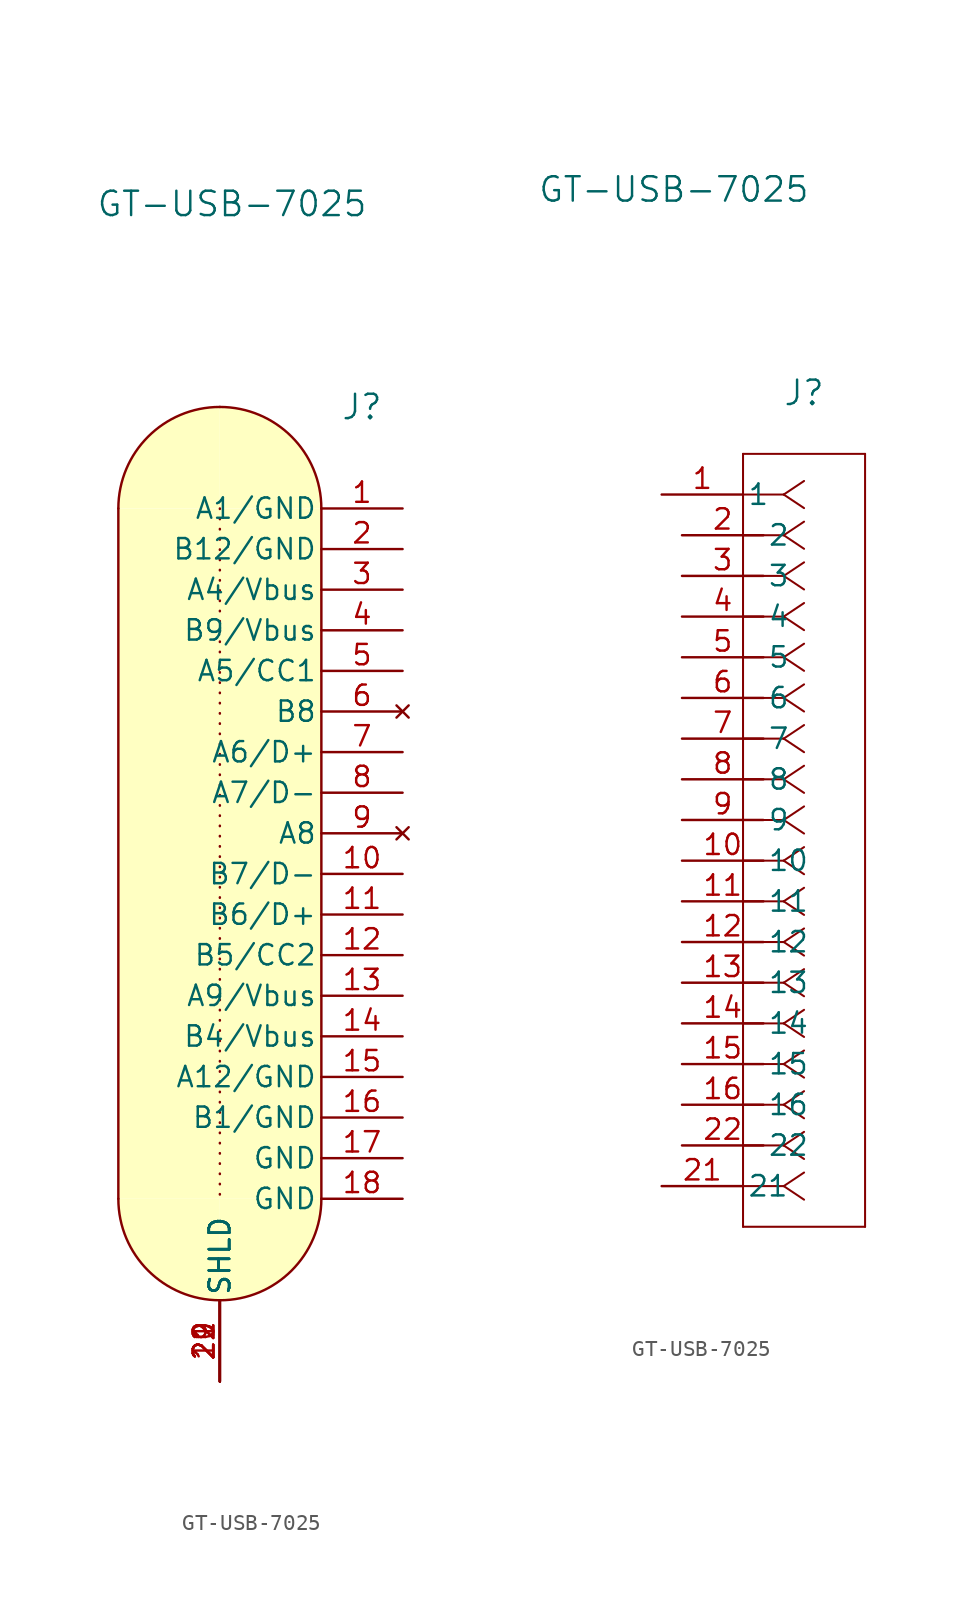
<source format=kicad_sym>
(kicad_symbol_lib
  (version 20241209)
  (generator "kicad_symbol_editor")
  (generator_version "9.0")
  (symbol "GT-USB-7025"
    (pin_names
      (offset 0.254))
    (property "Reference" "J"
      (at 8.89 6.35 0)
      (effects (font (size 1.524 1.524))))
    (property "Value" "GT-USB-7025"
      (at 0.762 19.05 0)
      (effects (font (size 1.524 1.524))))
    (property "ki_locked" ""
      (at 0 0 0)
      (effects (font (size 1.27 1.27))))
    (symbol "GT-USB-7025_1_1"
      (rectangle (start -6.35 0) (end 6.35 -43.18) (stroke (width -0.0001) (type solid)) (fill (type background)))
      (polyline (pts (xy -6.35 0) (xy -6.35 -43.18)) (stroke (width 0) (type solid)) (fill (type background)))
      (arc (start 0 -49.53) (mid -4.4902 -47.6702) (end -6.35 -43.18) (stroke (width 0) (type solid)) (fill (type background)))
      (polyline (pts (xy 0 0) (xy 0 -43.18)) (stroke (width 0) (type dot)) (fill (type none)))
      (arc (start -6.35 0) (mid -4.4901 4.4901) (end 0 6.35) (stroke (width 0) (type solid)) (fill (type background)))
      (arc (start 0 6.35) (mid 4.4902 4.4902) (end 6.35 0) (stroke (width 0) (type solid)) (fill (type background)))
      (arc (start 6.35 -43.18) (mid 4.4902 -47.6702) (end 0 -49.53) (stroke (width 0) (type solid)) (fill (type background)))
      (polyline (pts (xy 6.35 0) (xy 6.35 -43.18)) (stroke (width 0) (type default)) (fill (type none)))
      (pin unspecified line (at 0 -54.61 90) (length 5.08) (name "SHLD" (effects (font (size 1.27 1.27)))) (number "19" (effects (font (size 1.27 1.27)))))
      (pin unspecified line (at 0 -54.61 90) (length 5.08) (name "SHLD" (effects (font (size 1.27 1.27)))) (number "20" (effects (font (size 1.27 1.27)))))
      (pin unspecified line (at 0 -54.61 90) (length 5.08) (name "SHLD" (effects (font (size 1.27 1.27)))) (number "21" (effects (font (size 1.27 1.27)))))
      (pin unspecified line (at 0 -54.61 90) (length 5.08) (name "SHLD" (effects (font (size 1.27 1.27)))) (number "22" (effects (font (size 1.27 1.27)))))
      (pin unspecified line (at 0 -54.61 90) (length 5.08) (name "SHLD" (effects (font (size 1.27 1.27)))) (number "22" (effects (font (size 1.27 1.27)))))
      (pin unspecified line (at 11.43 0 180) (length 5.08) (name "A1/GND" (effects (font (size 1.27 1.27)))) (number "1" (effects (font (size 1.27 1.27)))))
      (pin unspecified line (at 11.43 -2.54 180) (length 5.08) (name "B12/GND" (effects (font (size 1.27 1.27)))) (number "2" (effects (font (size 1.27 1.27)))))
      (pin unspecified line (at 11.43 -5.08 180) (length 5.08) (name "A4/Vbus" (effects (font (size 1.27 1.27)))) (number "3" (effects (font (size 1.27 1.27)))))
      (pin unspecified line (at 11.43 -7.62 180) (length 5.08) (name "B9/Vbus" (effects (font (size 1.27 1.27)))) (number "4" (effects (font (size 1.27 1.27)))))
      (pin unspecified line (at 11.43 -10.16 180) (length 5.08) (name "A5/CC1" (effects (font (size 1.27 1.27)))) (number "5" (effects (font (size 1.27 1.27)))))
      (pin no_connect line (at 11.43 -12.7 180) (length 5.08) (name "B8" (effects (font (size 1.27 1.27)))) (number "6" (effects (font (size 1.27 1.27)))))
      (pin unspecified line (at 11.43 -15.24 180) (length 5.08) (name "A6/D+" (effects (font (size 1.27 1.27)))) (number "7" (effects (font (size 1.27 1.27)))))
      (pin unspecified line (at 11.43 -17.78 180) (length 5.08) (name "A7/D-" (effects (font (size 1.27 1.27)))) (number "8" (effects (font (size 1.27 1.27)))))
      (pin no_connect line (at 11.43 -20.32 180) (length 5.08) (name "A8" (effects (font (size 1.27 1.27)))) (number "9" (effects (font (size 1.27 1.27)))))
      (pin unspecified line (at 11.43 -22.86 180) (length 5.08) (name "B7/D-" (effects (font (size 1.27 1.27)))) (number "10" (effects (font (size 1.27 1.27)))))
      (pin unspecified line (at 11.43 -25.4 180) (length 5.08) (name "B6/D+" (effects (font (size 1.27 1.27)))) (number "11" (effects (font (size 1.27 1.27)))))
      (pin unspecified line (at 11.43 -27.94 180) (length 5.08) (name "B5/CC2" (effects (font (size 1.27 1.27)))) (number "12" (effects (font (size 1.27 1.27)))))
      (pin unspecified line (at 11.43 -30.48 180) (length 5.08) (name "A9/Vbus" (effects (font (size 1.27 1.27)))) (number "13" (effects (font (size 1.27 1.27)))))
      (pin unspecified line (at 11.43 -33.02 180) (length 5.08) (name "B4/Vbus" (effects (font (size 1.27 1.27)))) (number "14" (effects (font (size 1.27 1.27)))))
      (pin unspecified line (at 11.43 -35.56 180) (length 5.08) (name "A12/GND" (effects (font (size 1.27 1.27)))) (number "15" (effects (font (size 1.27 1.27)))))
      (pin unspecified line (at 11.43 -38.1 180) (length 5.08) (name "B1/GND" (effects (font (size 1.27 1.27)))) (number "16" (effects (font (size 1.27 1.27)))))
      (pin unspecified line (at 11.43 -40.64 180) (length 5.08) (name "GND" (effects (font (size 1.27 1.27)))) (number "17" (effects (font (size 1.27 1.27)))))
      (pin unspecified line (at 11.43 -43.18 180) (length 5.08) (name "GND" (effects (font (size 1.27 1.27)))) (number "18" (effects (font (size 1.27 1.27))))))
    (symbol "GT-USB-7025_1_2"
      (polyline (pts (xy 5.08 2.54) (xy 5.08 -45.72)) (stroke (width 0.127) (type default)) (fill (type none)))
      (polyline (pts (xy 5.08 -45.72) (xy 12.7 -45.72)) (stroke (width 0.127) (type default)) (fill (type none)))
      (polyline (pts (xy 7.62 0) (xy 5.08 0)) (stroke (width 0.127) (type default)) (fill (type none)))
      (polyline (pts (xy 7.62 0) (xy 8.89 0.847)) (stroke (width 0.127) (type default)) (fill (type none)))
      (polyline (pts (xy 7.62 0) (xy 8.89 -0.847)) (stroke (width 0.127) (type default)) (fill (type none)))
      (polyline (pts (xy 7.62 -2.54) (xy 5.08 -2.54)) (stroke (width 0.127) (type default)) (fill (type none)))
      (polyline (pts (xy 7.62 -2.54) (xy 8.89 -1.693)) (stroke (width 0.127) (type default)) (fill (type none)))
      (polyline (pts (xy 7.62 -2.54) (xy 8.89 -3.387)) (stroke (width 0.127) (type default)) (fill (type none)))
      (polyline (pts (xy 7.62 -5.08) (xy 5.08 -5.08)) (stroke (width 0.127) (type default)) (fill (type none)))
      (polyline (pts (xy 7.62 -5.08) (xy 8.89 -4.233)) (stroke (width 0.127) (type default)) (fill (type none)))
      (polyline (pts (xy 7.62 -5.08) (xy 8.89 -5.927)) (stroke (width 0.127) (type default)) (fill (type none)))
      (polyline (pts (xy 7.62 -7.62) (xy 5.08 -7.62)) (stroke (width 0.127) (type default)) (fill (type none)))
      (polyline (pts (xy 7.62 -7.62) (xy 8.89 -6.773)) (stroke (width 0.127) (type default)) (fill (type none)))
      (polyline (pts (xy 7.62 -7.62) (xy 8.89 -8.467)) (stroke (width 0.127) (type default)) (fill (type none)))
      (polyline (pts (xy 7.62 -10.16) (xy 5.08 -10.16)) (stroke (width 0.127) (type default)) (fill (type none)))
      (polyline (pts (xy 7.62 -10.16) (xy 8.89 -9.313)) (stroke (width 0.127) (type default)) (fill (type none)))
      (polyline (pts (xy 7.62 -10.16) (xy 8.89 -11.007)) (stroke (width 0.127) (type default)) (fill (type none)))
      (polyline (pts (xy 7.62 -12.7) (xy 5.08 -12.7)) (stroke (width 0.127) (type default)) (fill (type none)))
      (polyline (pts (xy 7.62 -12.7) (xy 8.89 -11.853)) (stroke (width 0.127) (type default)) (fill (type none)))
      (polyline (pts (xy 7.62 -12.7) (xy 8.89 -13.547)) (stroke (width 0.127) (type default)) (fill (type none)))
      (polyline (pts (xy 7.62 -15.24) (xy 5.08 -15.24)) (stroke (width 0.127) (type default)) (fill (type none)))
      (polyline (pts (xy 7.62 -15.24) (xy 8.89 -14.393)) (stroke (width 0.127) (type default)) (fill (type none)))
      (polyline (pts (xy 7.62 -15.24) (xy 8.89 -16.087)) (stroke (width 0.127) (type default)) (fill (type none)))
      (polyline (pts (xy 7.62 -17.78) (xy 5.08 -17.78)) (stroke (width 0.127) (type default)) (fill (type none)))
      (polyline (pts (xy 7.62 -17.78) (xy 8.89 -16.933)) (stroke (width 0.127) (type default)) (fill (type none)))
      (polyline (pts (xy 7.62 -17.78) (xy 8.89 -18.627)) (stroke (width 0.127) (type default)) (fill (type none)))
      (polyline (pts (xy 7.62 -20.32) (xy 5.08 -20.32)) (stroke (width 0.127) (type default)) (fill (type none)))
      (polyline (pts (xy 7.62 -20.32) (xy 8.89 -19.473)) (stroke (width 0.127) (type default)) (fill (type none)))
      (polyline (pts (xy 7.62 -20.32) (xy 8.89 -21.167)) (stroke (width 0.127) (type default)) (fill (type none)))
      (polyline (pts (xy 7.62 -22.86) (xy 5.08 -22.86)) (stroke (width 0.127) (type default)) (fill (type none)))
      (polyline (pts (xy 7.62 -22.86) (xy 8.89 -22.013)) (stroke (width 0.127) (type default)) (fill (type none)))
      (polyline (pts (xy 7.62 -22.86) (xy 8.89 -23.707)) (stroke (width 0.127) (type default)) (fill (type none)))
      (polyline (pts (xy 7.62 -25.4) (xy 5.08 -25.4)) (stroke (width 0.127) (type default)) (fill (type none)))
      (polyline (pts (xy 7.62 -25.4) (xy 8.89 -24.553)) (stroke (width 0.127) (type default)) (fill (type none)))
      (polyline (pts (xy 7.62 -25.4) (xy 8.89 -26.247)) (stroke (width 0.127) (type default)) (fill (type none)))
      (polyline (pts (xy 7.62 -27.94) (xy 5.08 -27.94)) (stroke (width 0.127) (type default)) (fill (type none)))
      (polyline (pts (xy 7.62 -27.94) (xy 8.89 -27.093)) (stroke (width 0.127) (type default)) (fill (type none)))
      (polyline (pts (xy 7.62 -27.94) (xy 8.89 -28.787)) (stroke (width 0.127) (type default)) (fill (type none)))
      (polyline (pts (xy 7.62 -30.48) (xy 5.08 -30.48)) (stroke (width 0.127) (type default)) (fill (type none)))
      (polyline (pts (xy 7.62 -30.48) (xy 8.89 -29.633)) (stroke (width 0.127) (type default)) (fill (type none)))
      (polyline (pts (xy 7.62 -30.48) (xy 8.89 -31.327)) (stroke (width 0.127) (type default)) (fill (type none)))
      (polyline (pts (xy 7.62 -33.02) (xy 5.08 -33.02)) (stroke (width 0.127) (type default)) (fill (type none)))
      (polyline (pts (xy 7.62 -33.02) (xy 8.89 -32.173)) (stroke (width 0.127) (type default)) (fill (type none)))
      (polyline (pts (xy 7.62 -33.02) (xy 8.89 -33.867)) (stroke (width 0.127) (type default)) (fill (type none)))
      (polyline (pts (xy 7.62 -35.56) (xy 5.08 -35.56)) (stroke (width 0.127) (type default)) (fill (type none)))
      (polyline (pts (xy 7.62 -35.56) (xy 8.89 -34.713)) (stroke (width 0.127) (type default)) (fill (type none)))
      (polyline (pts (xy 7.62 -35.56) (xy 8.89 -36.407)) (stroke (width 0.127) (type default)) (fill (type none)))
      (polyline (pts (xy 7.62 -38.1) (xy 5.08 -38.1)) (stroke (width 0.127) (type default)) (fill (type none)))
      (polyline (pts (xy 7.62 -38.1) (xy 8.89 -37.253)) (stroke (width 0.127) (type default)) (fill (type none)))
      (polyline (pts (xy 7.62 -38.1) (xy 8.89 -38.947)) (stroke (width 0.127) (type default)) (fill (type none)))
      (polyline (pts (xy 7.62 -40.64) (xy 5.08 -40.64)) (stroke (width 0.127) (type default)) (fill (type none)))
      (polyline (pts (xy 7.62 -40.64) (xy 8.89 -39.793)) (stroke (width 0.127) (type default)) (fill (type none)))
      (polyline (pts (xy 7.62 -40.64) (xy 8.89 -41.487)) (stroke (width 0.127) (type default)) (fill (type none)))
      (polyline (pts (xy 7.62 -43.18) (xy 5.08 -43.18)) (stroke (width 0.127) (type default)) (fill (type none)))
      (polyline (pts (xy 7.62 -43.18) (xy 8.89 -42.333)) (stroke (width 0.127) (type default)) (fill (type none)))
      (polyline (pts (xy 7.62 -43.18) (xy 8.89 -44.027)) (stroke (width 0.127) (type default)) (fill (type none)))
      (polyline (pts (xy 12.7 2.54) (xy 5.08 2.54)) (stroke (width 0.127) (type default)) (fill (type none)))
      (polyline (pts (xy 12.7 -45.72) (xy 12.7 2.54)) (stroke (width 0.127) (type default)) (fill (type none)))
      (pin unspecified line (at 0 0 0) (length 5.08) (name "1" (effects (font (size 1.27 1.27)))) (number "1" (effects (font (size 1.27 1.27)))))
      (pin unspecified line (at 0 -43.18 0) (length 5.08) (name "21" (effects (font (size 1.27 1.27)))) (number "21" (effects (font (size 1.27 1.27)))))
      (pin unspecified line (at 1.27 -2.54 0) (length 5.08) (name "2" (effects (font (size 1.27 1.27)))) (number "2" (effects (font (size 1.27 1.27)))))
      (pin unspecified line (at 1.27 -5.08 0) (length 5.08) (name "3" (effects (font (size 1.27 1.27)))) (number "3" (effects (font (size 1.27 1.27)))))
      (pin unspecified line (at 1.27 -7.62 0) (length 5.08) (name "4" (effects (font (size 1.27 1.27)))) (number "4" (effects (font (size 1.27 1.27)))))
      (pin unspecified line (at 1.27 -10.16 0) (length 5.08) (name "5" (effects (font (size 1.27 1.27)))) (number "5" (effects (font (size 1.27 1.27)))))
      (pin unspecified line (at 1.27 -12.7 0) (length 5.08) (name "6" (effects (font (size 1.27 1.27)))) (number "6" (effects (font (size 1.27 1.27)))))
      (pin unspecified line (at 1.27 -15.24 0) (length 5.08) (name "7" (effects (font (size 1.27 1.27)))) (number "7" (effects (font (size 1.27 1.27)))))
      (pin unspecified line (at 1.27 -17.78 0) (length 5.08) (name "8" (effects (font (size 1.27 1.27)))) (number "8" (effects (font (size 1.27 1.27)))))
      (pin unspecified line (at 1.27 -20.32 0) (length 5.08) (name "9" (effects (font (size 1.27 1.27)))) (number "9" (effects (font (size 1.27 1.27)))))
      (pin unspecified line (at 1.27 -22.86 0) (length 5.08) (name "10" (effects (font (size 1.27 1.27)))) (number "10" (effects (font (size 1.27 1.27)))))
      (pin unspecified line (at 1.27 -25.4 0) (length 5.08) (name "11" (effects (font (size 1.27 1.27)))) (number "11" (effects (font (size 1.27 1.27)))))
      (pin unspecified line (at 1.27 -27.94 0) (length 5.08) (name "12" (effects (font (size 1.27 1.27)))) (number "12" (effects (font (size 1.27 1.27)))))
      (pin unspecified line (at 1.27 -30.48 0) (length 5.08) (name "13" (effects (font (size 1.27 1.27)))) (number "13" (effects (font (size 1.27 1.27)))))
      (pin unspecified line (at 1.27 -33.02 0) (length 5.08) (name "14" (effects (font (size 1.27 1.27)))) (number "14" (effects (font (size 1.27 1.27)))))
      (pin unspecified line (at 1.27 -35.56 0) (length 5.08) (name "15" (effects (font (size 1.27 1.27)))) (number "15" (effects (font (size 1.27 1.27)))))
      (pin unspecified line (at 1.27 -38.1 0) (length 5.08) (name "16" (effects (font (size 1.27 1.27)))) (number "16" (effects (font (size 1.27 1.27)))))
      (pin unspecified line (at 1.27 -40.64 0) (length 5.08) (name "22" (effects (font (size 1.27 1.27)))) (number "22" (effects (font (size 1.27 1.27))))))))
</source>
